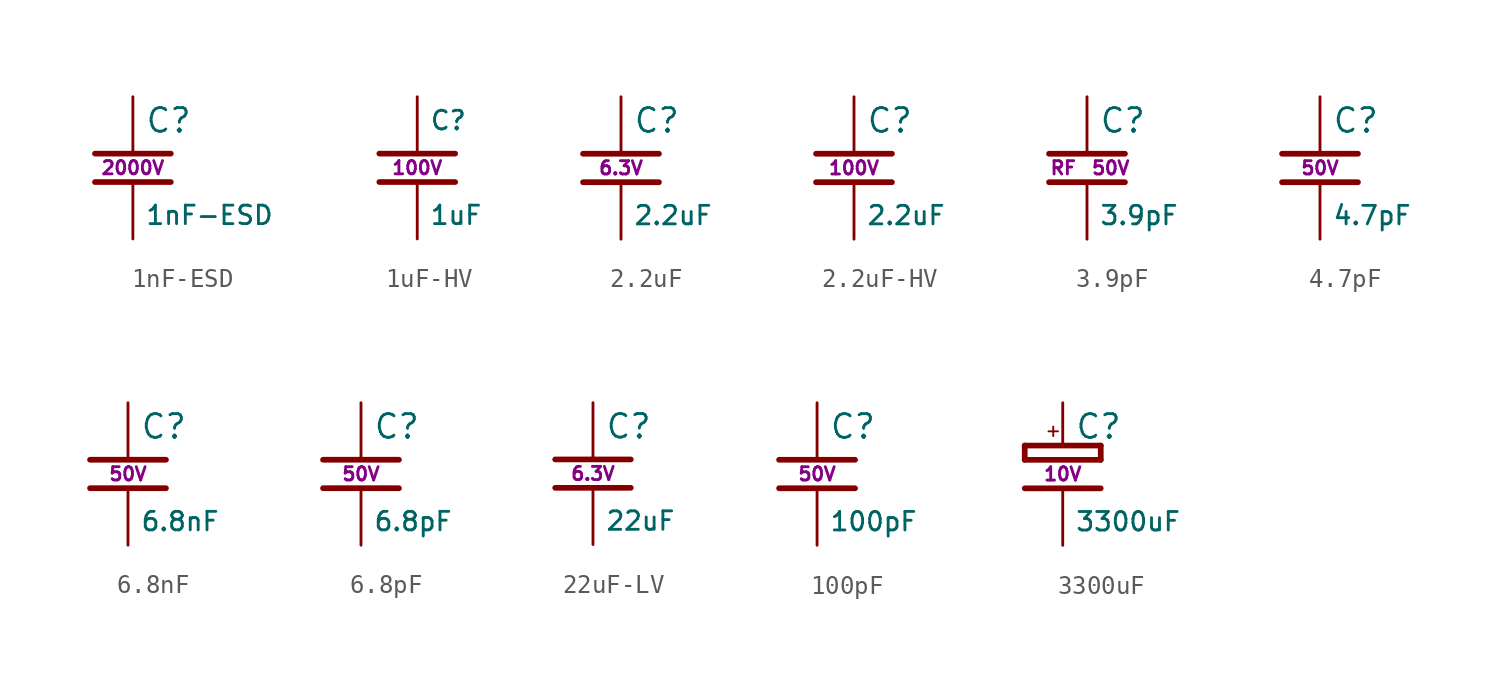
<source format=kicad_sym>
(kicad_symbol_lib
  (version 20241209)
  (generator "kicad_symbol_editor")
  (generator_version "9.0")
  (symbol "1nF-ESD"
    (pin_numbers
      (hide yes))
    (pin_names
      (offset 0.254)
      (hide yes))
    (property "Reference" "C"
      (at 0.635 2.54 0)
      (effects (font (size 1.27 1.27)) (justify left)))
    (property "Value" "1nF-ESD"
      (at 0.635 -2.54 0)
      (effects (font (size 0.991 0.991)) (justify left)))
    (property "Voltage" "2000V"
      (at 0 0 0)
      (effects (font (size 0.711 0.711))))
    (symbol "1nF-ESD_1_1"
      (polyline (pts (xy -2.032 0.762) (xy 2.032 0.762)) (stroke (width 0.305) (type default)) (fill (type outline)))
      (polyline (pts (xy -2.032 -0.762) (xy 2.032 -0.762)) (stroke (width 0.305) (type default)) (fill (type outline)))
      (pin passive line (at 0 3.81 270) (length 2.997) (name "~" (effects (font (size 1.27 1.27)))) (number "1" (effects (font (size 1.27 1.27)))))
      (pin passive line (at 0 -3.81 90) (length 2.997) (name "~" (effects (font (size 1.27 1.27)))) (number "2" (effects (font (size 1.27 1.27)))))))
  (symbol "1uF-HV"
    (pin_numbers
      (hide yes))
    (pin_names
      (offset 0.254)
      (hide yes))
    (property "Reference" "C"
      (at 0.635 2.54 0)
      (effects (font (size 1 1)) (justify left)))
    (property "Value" "1uF"
      (at 0.635 -2.54 0)
      (effects (font (size 0.991 0.991)) (justify left)))
    (property "Voltage" "100V"
      (at 0 0 0)
      (effects (font (size 0.711 0.711))))
    (symbol "1uF-HV_1_1"
      (polyline (pts (xy -2.032 0.762) (xy 2.032 0.762)) (stroke (width 0.305) (type default)) (fill (type outline)))
      (polyline (pts (xy -2.032 -0.762) (xy 2.032 -0.762)) (stroke (width 0.305) (type default)) (fill (type outline)))
      (pin passive line (at 0 3.81 270) (length 2.997) (name "~" (effects (font (size 1.27 1.27)))) (number "1" (effects (font (size 1.27 1.27)))))
      (pin passive line (at 0 -3.81 90) (length 2.997) (name "~" (effects (font (size 1.27 1.27)))) (number "2" (effects (font (size 1.27 1.27)))))))
  (symbol "2.2uF"
    (pin_numbers
      (hide yes))
    (pin_names
      (offset 0.254)
      (hide yes))
    (property "Reference" "C"
      (at 0.635 2.54 0)
      (effects (font (size 1.27 1.27)) (justify left)))
    (property "Value" "2.2uF"
      (at 0.635 -2.54 0)
      (effects (font (size 0.991 0.991)) (justify left)))
    (property "Voltage" "6.3V"
      (at 0 0 0)
      (effects (font (size 0.711 0.711))))
    (symbol "2.2uF_1_1"
      (polyline (pts (xy -2.032 0.762) (xy 2.032 0.762)) (stroke (width 0.305) (type default)) (fill (type outline)))
      (polyline (pts (xy -2.032 -0.762) (xy 2.032 -0.762)) (stroke (width 0.305) (type default)) (fill (type outline)))
      (pin passive line (at 0 3.81 270) (length 2.997) (name "~" (effects (font (size 1.27 1.27)))) (number "1" (effects (font (size 1.27 1.27)))))
      (pin passive line (at 0 -3.81 90) (length 2.997) (name "~" (effects (font (size 1.27 1.27)))) (number "2" (effects (font (size 1.27 1.27)))))))
  (symbol "2.2uF-HV"
    (pin_numbers
      (hide yes))
    (pin_names
      (offset 0.254)
      (hide yes))
    (property "Reference" "C"
      (at 0.635 2.54 0)
      (effects (font (size 1.27 1.27)) (justify left)))
    (property "Value" "2.2uF"
      (at 0.635 -2.54 0)
      (effects (font (size 0.991 0.991)) (justify left)))
    (property "Voltage" "100V"
      (at 0 0 0)
      (effects (font (size 0.711 0.711))))
    (symbol "2.2uF-HV_1_1"
      (polyline (pts (xy -2.032 0.762) (xy 2.032 0.762)) (stroke (width 0.305) (type default)) (fill (type outline)))
      (polyline (pts (xy -2.032 -0.762) (xy 2.032 -0.762)) (stroke (width 0.305) (type default)) (fill (type outline)))
      (pin passive line (at 0 3.81 270) (length 2.997) (name "~" (effects (font (size 1.27 1.27)))) (number "1" (effects (font (size 1.27 1.27)))))
      (pin passive line (at 0 -3.81 90) (length 2.997) (name "~" (effects (font (size 1.27 1.27)))) (number "2" (effects (font (size 1.27 1.27)))))))
  (symbol "3.9pF"
    (pin_numbers
      (hide yes))
    (pin_names
      (offset 0.254)
      (hide yes))
    (property "Reference" "C"
      (at 0.635 2.54 0)
      (effects (font (size 1.27 1.27)) (justify left)))
    (property "Value" "3.9pF"
      (at 0.635 -2.54 0)
      (effects (font (size 0.991 0.991)) (justify left)))
    (property "Voltage" "50V"
      (at 1.27 0 0)
      (effects (font (size 0.711 0.711))))
    (property "Comment" "RF"
      (at -1.27 0 0)
      (effects (font (size 0.711 0.711))))
    (symbol "3.9pF_1_1"
      (polyline (pts (xy -2.032 0.762) (xy 2.032 0.762)) (stroke (width 0.305) (type default)) (fill (type outline)))
      (polyline (pts (xy -2.032 -0.762) (xy 2.032 -0.762)) (stroke (width 0.305) (type default)) (fill (type outline)))
      (pin passive line (at 0 3.81 270) (length 2.997) (name "~" (effects (font (size 1.27 1.27)))) (number "1" (effects (font (size 1.27 1.27)))))
      (pin passive line (at 0 -3.81 90) (length 2.997) (name "~" (effects (font (size 1.27 1.27)))) (number "2" (effects (font (size 1.27 1.27)))))))
  (symbol "4.7pF"
    (pin_numbers
      (hide yes))
    (pin_names
      (offset 0.254)
      (hide yes))
    (property "Reference" "C"
      (at 0.635 2.54 0)
      (effects (font (size 1.27 1.27)) (justify left)))
    (property "Value" "4.7pF"
      (at 0.635 -2.54 0)
      (effects (font (size 0.991 0.991)) (justify left)))
    (property "Voltage" "50V"
      (at 0 0 0)
      (effects (font (size 0.711 0.711))))
    (symbol "4.7pF_1_1"
      (polyline (pts (xy -2.032 0.762) (xy 2.032 0.762)) (stroke (width 0.305) (type default)) (fill (type outline)))
      (polyline (pts (xy -2.032 -0.762) (xy 2.032 -0.762)) (stroke (width 0.305) (type default)) (fill (type outline)))
      (pin passive line (at 0 3.81 270) (length 2.997) (name "~" (effects (font (size 1.27 1.27)))) (number "1" (effects (font (size 1.27 1.27)))))
      (pin passive line (at 0 -3.81 90) (length 2.997) (name "~" (effects (font (size 1.27 1.27)))) (number "2" (effects (font (size 1.27 1.27)))))))
  (symbol "6.8nF"
    (pin_numbers
      (hide yes))
    (pin_names
      (offset 0.254)
      (hide yes))
    (property "Reference" "C"
      (at 0.635 2.54 0)
      (effects (font (size 1.27 1.27)) (justify left)))
    (property "Value" "6.8nF"
      (at 0.635 -2.54 0)
      (effects (font (size 0.991 0.991)) (justify left)))
    (property "Voltage" "50V"
      (at 0 0 0)
      (effects (font (size 0.711 0.711))))
    (symbol "6.8nF_1_1"
      (polyline (pts (xy -2.032 0.762) (xy 2.032 0.762)) (stroke (width 0.305) (type default)) (fill (type outline)))
      (polyline (pts (xy -2.032 -0.762) (xy 2.032 -0.762)) (stroke (width 0.305) (type default)) (fill (type outline)))
      (pin passive line (at 0 3.81 270) (length 2.997) (name "~" (effects (font (size 1.27 1.27)))) (number "1" (effects (font (size 1.27 1.27)))))
      (pin passive line (at 0 -3.81 90) (length 2.997) (name "~" (effects (font (size 1.27 1.27)))) (number "2" (effects (font (size 1.27 1.27)))))))
  (symbol "6.8pF"
    (pin_numbers
      (hide yes))
    (pin_names
      (offset 0.254)
      (hide yes))
    (property "Reference" "C"
      (at 0.635 2.54 0)
      (effects (font (size 1.27 1.27)) (justify left)))
    (property "Value" "6.8pF"
      (at 0.635 -2.54 0)
      (effects (font (size 0.991 0.991)) (justify left)))
    (property "Voltage" "50V"
      (at 0 0 0)
      (effects (font (size 0.711 0.711))))
    (symbol "6.8pF_1_1"
      (polyline (pts (xy -2.032 0.762) (xy 2.032 0.762)) (stroke (width 0.305) (type default)) (fill (type outline)))
      (polyline (pts (xy -2.032 -0.762) (xy 2.032 -0.762)) (stroke (width 0.305) (type default)) (fill (type outline)))
      (pin passive line (at 0 3.81 270) (length 2.997) (name "~" (effects (font (size 1.27 1.27)))) (number "1" (effects (font (size 1.27 1.27)))))
      (pin passive line (at 0 -3.81 90) (length 2.997) (name "~" (effects (font (size 1.27 1.27)))) (number "2" (effects (font (size 1.27 1.27)))))))
  (symbol "22uF-LV"
    (pin_numbers
      (hide yes))
    (pin_names
      (offset 0.254)
      (hide yes))
    (property "Reference" "C"
      (at 0.635 2.54 0)
      (effects (font (size 1.27 1.27)) (justify left)))
    (property "Value" "22uF"
      (at 0.635 -2.54 0)
      (effects (font (size 0.991 0.991)) (justify left)))
    (property "Voltage" "6.3V"
      (at 0 0 0)
      (effects (font (size 0.711 0.711))))
    (symbol "22uF-LV_1_1"
      (polyline (pts (xy -2.032 0.762) (xy 2.032 0.762)) (stroke (width 0.305) (type default)) (fill (type outline)))
      (polyline (pts (xy -2.032 -0.762) (xy 2.032 -0.762)) (stroke (width 0.305) (type default)) (fill (type outline)))
      (pin passive line (at 0 3.81 270) (length 2.997) (name "~" (effects (font (size 1.27 1.27)))) (number "1" (effects (font (size 1.27 1.27)))))
      (pin passive line (at 0 -3.81 90) (length 2.997) (name "~" (effects (font (size 1.27 1.27)))) (number "2" (effects (font (size 1.27 1.27)))))))
  (symbol "100pF"
    (pin_numbers
      (hide yes))
    (pin_names
      (offset 0.254)
      (hide yes))
    (property "Reference" "C"
      (at 0.635 2.54 0)
      (effects (font (size 1.27 1.27)) (justify left)))
    (property "Value" "100pF"
      (at 0.635 -2.54 0)
      (effects (font (size 0.991 0.991)) (justify left)))
    (property "Voltage" "50V"
      (at 0 0 0)
      (effects (font (size 0.711 0.711))))
    (symbol "100pF_1_1"
      (polyline (pts (xy -2.032 0.762) (xy 2.032 0.762)) (stroke (width 0.305) (type default)) (fill (type outline)))
      (polyline (pts (xy -2.032 -0.762) (xy 2.032 -0.762)) (stroke (width 0.305) (type default)) (fill (type outline)))
      (pin passive line (at 0 3.81 270) (length 2.997) (name "~" (effects (font (size 1.27 1.27)))) (number "1" (effects (font (size 1.27 1.27)))))
      (pin passive line (at 0 -3.81 90) (length 2.997) (name "~" (effects (font (size 1.27 1.27)))) (number "2" (effects (font (size 1.27 1.27)))))))
  (symbol "3300uF"
    (pin_numbers
      (hide yes))
    (pin_names
      (offset 0.254)
      (hide yes))
    (property "Reference" "C"
      (at 0.635 2.54 0)
      (effects (font (size 1.27 1.27)) (justify left)))
    (property "Value" "3300uF"
      (at 0.635 -2.54 0)
      (effects (font (size 0.991 0.991)) (justify left)))
    (property "Voltage" "10V"
      (at 0 0 0)
      (effects (font (size 0.711 0.711))))
    (symbol "3300uF_1_1"
      (polyline (pts (xy -2.032 0.762) (xy -2.032 1.524)) (stroke (width 0.305) (type default)) (fill (type outline)))
      (polyline (pts (xy -0.508 2.032) (xy -0.508 2.54)) (stroke (width 0.1) (type default)) (fill (type outline)))
      (polyline (pts (xy -0.254 2.286) (xy -0.762 2.286)) (stroke (width 0.1) (type default)) (fill (type outline)))
      (polyline (pts (xy 2.032 1.524) (xy -2.032 1.524)) (stroke (width 0.305) (type default)) (fill (type outline)))
      (polyline (pts (xy 2.032 0.762) (xy -2.032 0.762)) (stroke (width 0.305) (type default)) (fill (type outline)))
      (polyline (pts (xy 2.032 0.762) (xy 2.032 1.524)) (stroke (width 0.305) (type default)) (fill (type outline)))
      (polyline (pts (xy 2.032 -0.762) (xy -2.032 -0.762)) (stroke (width 0.305) (type default)) (fill (type outline)))
      (pin passive line (at 0 3.81 270) (length 2.3) (name "~" (effects (font (size 1.27 1.27)))) (number "2" (effects (font (size 1.27 1.27)))))
      (pin passive line (at 0 -3.81 90) (length 2.997) (name "~" (effects (font (size 1.27 1.27)))) (number "1" (effects (font (size 1.27 1.27))))))))
</source>
